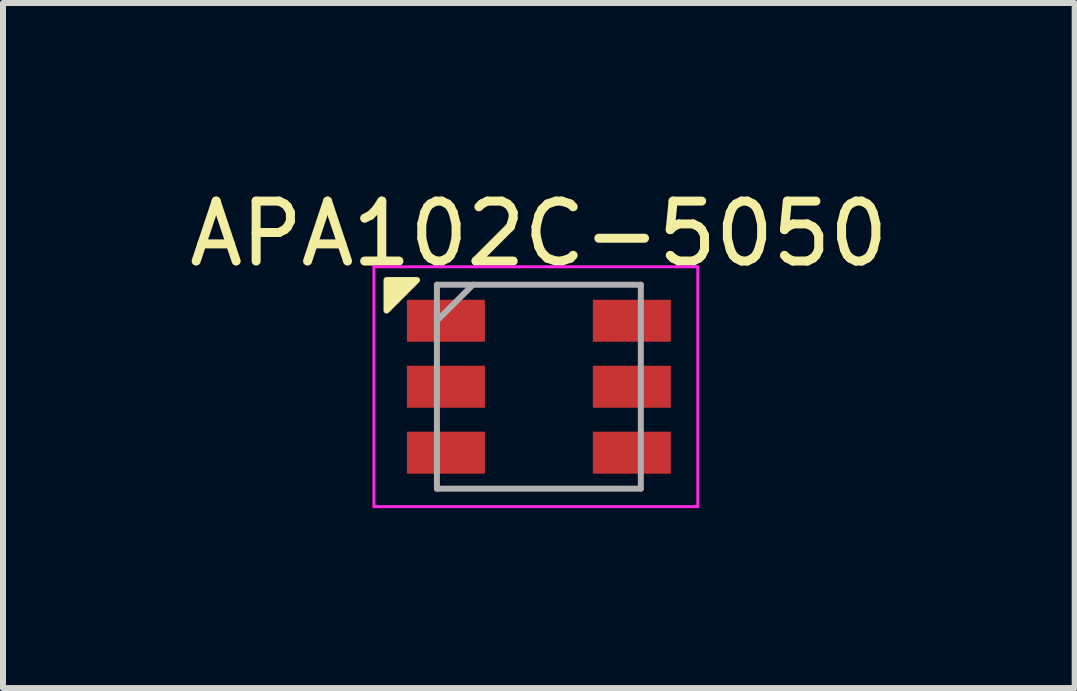
<source format=kicad_pcb>
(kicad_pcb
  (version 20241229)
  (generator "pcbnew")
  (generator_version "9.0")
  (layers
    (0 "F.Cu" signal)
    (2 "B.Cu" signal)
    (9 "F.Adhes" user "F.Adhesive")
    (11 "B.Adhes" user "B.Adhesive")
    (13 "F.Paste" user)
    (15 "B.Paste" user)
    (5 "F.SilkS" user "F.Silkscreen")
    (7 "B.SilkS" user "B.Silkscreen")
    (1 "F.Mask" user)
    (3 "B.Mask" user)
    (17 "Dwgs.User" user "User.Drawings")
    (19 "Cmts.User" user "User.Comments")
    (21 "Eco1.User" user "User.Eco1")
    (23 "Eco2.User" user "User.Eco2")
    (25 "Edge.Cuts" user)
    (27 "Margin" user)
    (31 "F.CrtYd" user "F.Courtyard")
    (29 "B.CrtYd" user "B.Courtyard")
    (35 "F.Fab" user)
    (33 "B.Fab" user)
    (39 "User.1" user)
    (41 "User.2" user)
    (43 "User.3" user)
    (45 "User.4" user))
  (footprint "APA102C-5050"
    (layer "F.Cu")
    (at 5.935 3.398)
    (property "Reference" "APA102C-5050" (at 0 -2.55 180) (layer "F.SilkS") (effects (font (size 1 1) (thickness 0.15))))
    (attr smd)
    (fp_poly (pts (xy -2.54 -1.778) (xy -2.54 -1.27) (xy -2.032 -1.778)) (stroke (width 0.1) (type solid)) (fill yes) (layer "F.SilkS"))
    (fp_line (start -2.75 -2) (end -2.75 2) (stroke (width 0.05) (type solid)) (layer "F.CrtYd"))
    (fp_line (start -2.75 -2) (end 2.65 -2) (stroke (width 0.05) (type solid)) (layer "F.CrtYd"))
    (fp_line (start -2.75 2) (end 2.65 2) (stroke (width 0.05) (type solid)) (layer "F.CrtYd"))
    (fp_line (start 2.65 -2) (end 2.65 2) (stroke (width 0.05) (type solid)) (layer "F.CrtYd"))
    (fp_line (start -1.7 -1.7) (end -1.7 1.7) (stroke (width 0.1) (type solid)) (layer "F.Fab"))
    (fp_line (start -1.7 -1.1) (end -1.1 -1.7) (stroke (width 0.1) (type solid)) (layer "F.Fab"))
    (fp_line (start -1.7 1.7) (end 1.7 1.7) (stroke (width 0.1) (type solid)) (layer "F.Fab"))
    (fp_line (start 1.7 -1.7) (end -1.7 -1.7) (stroke (width 0.1) (type solid)) (layer "F.Fab"))
    (fp_line (start 1.7 1.7) (end 1.7 -1.7) (stroke (width 0.1) (type solid)) (layer "F.Fab"))
    (pad "1" smd rect (at -1.55 -1.1 90) (size 0.7 1.3) (layers "F.Cu" "F.Mask" "F.Paste"))
    (pad "2" smd rect (at -1.55 0 90) (size 0.7 1.3) (layers "F.Cu" "F.Mask" "F.Paste"))
    (pad "3" smd rect (at -1.55 1.1 90) (size 0.7 1.3) (layers "F.Cu" "F.Mask" "F.Paste"))
    (pad "4" smd rect (at 1.55 1.1 90) (size 0.7 1.3) (layers "F.Cu" "F.Mask" "F.Paste"))
    (pad "5" smd rect (at 1.55 0 90) (size 0.7 1.3) (layers "F.Cu" "F.Mask" "F.Paste"))
    (pad "6" smd rect (at 1.55 -1.1 90) (size 0.7 1.3) (layers "F.Cu" "F.Mask" "F.Paste")))
  (gr_rect
    (start -3 -3)
    (end 14.869 8.423)
    (stroke (width 0.1) (type default))
    (fill no)
    (layer "Edge.Cuts")))
</source>
